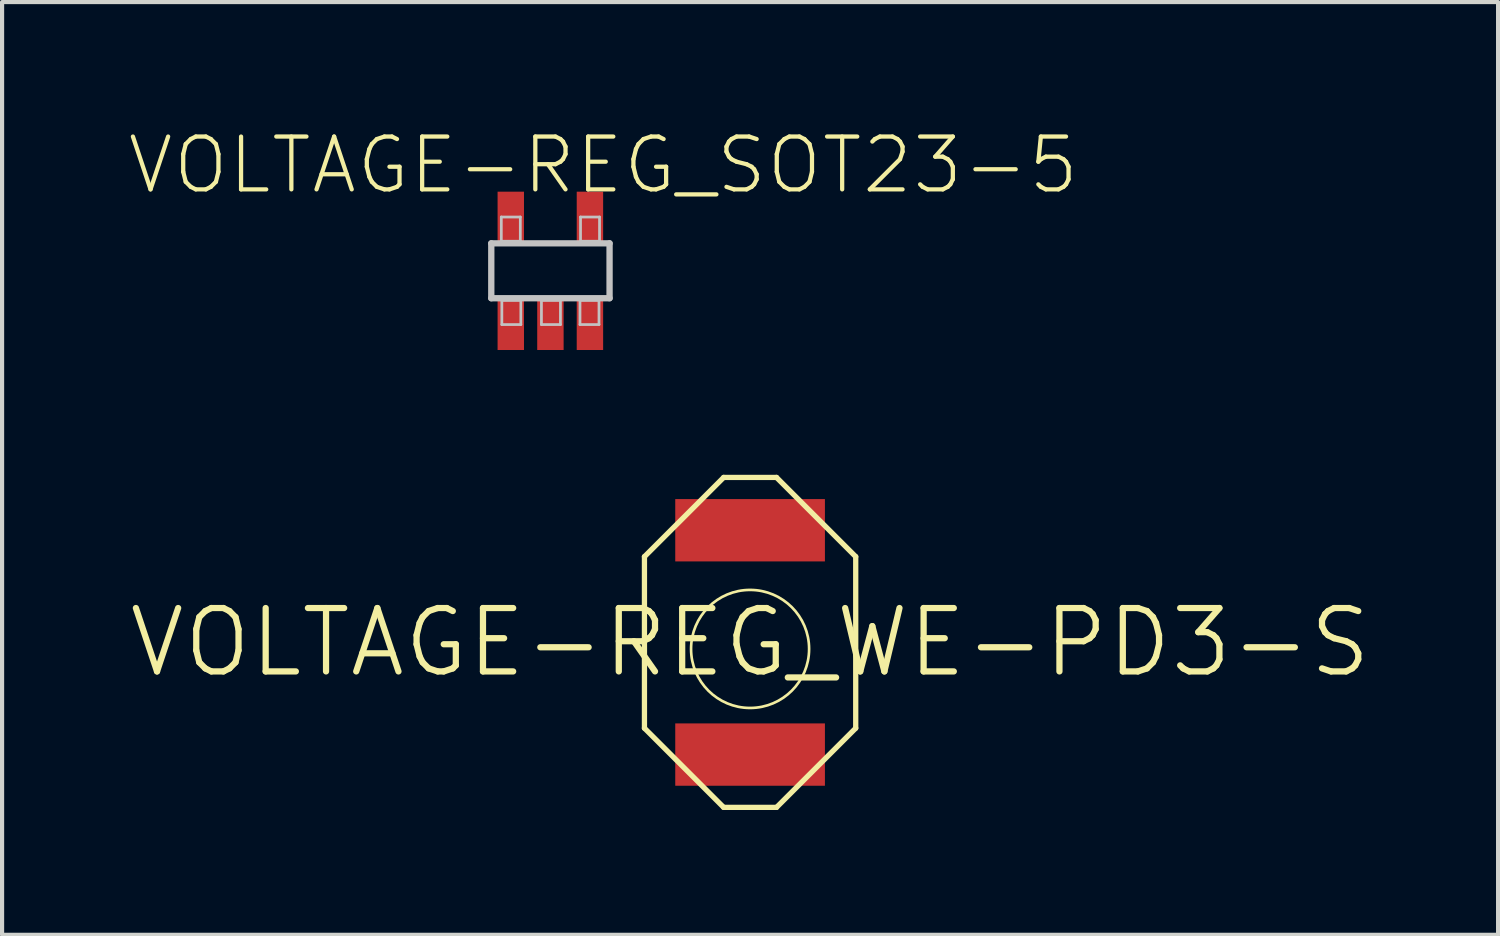
<source format=kicad_pcb>
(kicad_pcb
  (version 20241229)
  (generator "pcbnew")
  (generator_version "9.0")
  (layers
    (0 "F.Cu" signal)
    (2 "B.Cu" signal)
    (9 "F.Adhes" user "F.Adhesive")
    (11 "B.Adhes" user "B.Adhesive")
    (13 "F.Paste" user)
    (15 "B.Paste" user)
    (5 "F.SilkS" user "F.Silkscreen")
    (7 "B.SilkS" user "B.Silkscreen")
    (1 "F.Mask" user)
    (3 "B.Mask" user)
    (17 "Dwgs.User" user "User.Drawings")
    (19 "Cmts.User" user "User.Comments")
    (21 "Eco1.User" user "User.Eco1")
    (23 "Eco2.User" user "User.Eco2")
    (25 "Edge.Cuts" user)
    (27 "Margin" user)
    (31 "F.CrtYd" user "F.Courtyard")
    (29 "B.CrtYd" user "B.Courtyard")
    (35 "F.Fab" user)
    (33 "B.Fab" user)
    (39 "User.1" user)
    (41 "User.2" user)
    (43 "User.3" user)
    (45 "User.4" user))
  (footprint "VOLTAGE-REG_WE-PD3-S"
    (layer "F.Cu")
    (at 14.986 12.397)
    (property "Reference" "VOLTAGE-REG_WE-PD3-S" (at 0 0 0) (layer "F.SilkS") (effects (font (size 1.524 1.524) (thickness 0.15))))
    (attr smd)
    (fp_line (start -2.54 -2.062) (end -2.54 2.062) (stroke (width 0.127) (type solid)) (layer "F.SilkS"))
    (fp_line (start -2.54 2.062) (end -0.635 3.967) (stroke (width 0.127) (type solid)) (layer "F.SilkS"))
    (fp_line (start -0.635 -3.967) (end -2.54 -2.062) (stroke (width 0.127) (type solid)) (layer "F.SilkS"))
    (fp_line (start -0.635 3.967) (end 0.635 3.967) (stroke (width 0.127) (type solid)) (layer "F.SilkS"))
    (fp_line (start 0.635 -3.967) (end -0.635 -3.967) (stroke (width 0.127) (type solid)) (layer "F.SilkS"))
    (fp_line (start 0.635 3.967) (end 2.54 2.062) (stroke (width 0.127) (type solid)) (layer "F.SilkS"))
    (fp_line (start 2.54 -2.062) (end 0.635 -3.967) (stroke (width 0.127) (type solid)) (layer "F.SilkS"))
    (fp_line (start 2.54 2.062) (end 2.54 -2.062) (stroke (width 0.127) (type solid)) (layer "F.SilkS"))
    (fp_circle (center 0 0.157) (end -1.003 1.161) (stroke (width 0.064) (type solid)) (fill no) (layer "F.SilkS"))
    (pad "1" smd rect (at 0 2.697) (size 3.599 1.499) (layers "F.Cu" "F.Mask" "F.Paste"))
    (pad "2" smd rect (at 0 -2.697) (size 3.599 1.499) (layers "F.Cu" "F.Mask" "F.Paste")))
  (footprint "VOLTAGE-REG_SOT23-5"
    (layer "F.Cu")
    (at 10.185 3.461)
    (property "Reference" "VOLTAGE-REG_SOT23-5" (at 1.27 -2.54 0) (layer "F.SilkS") (effects (font (size 1.27 1.27) (thickness 0.102))))
    (attr smd)
    (fp_line (start -1.422 -0.66) (end 1.422 -0.66) (stroke (width 0.152) (type solid)) (layer "Dwgs.User"))
    (fp_line (start -1.422 0.66) (end -1.422 -0.66) (stroke (width 0.152) (type solid)) (layer "Dwgs.User"))
    (fp_line (start -1.181 -1.293) (end -0.724 -1.293) (stroke (width 0.066) (type solid)) (layer "Dwgs.User"))
    (fp_line (start -1.181 -0.711) (end -1.181 -1.293) (stroke (width 0.066) (type solid)) (layer "Dwgs.User"))
    (fp_line (start -1.181 -0.711) (end -0.724 -0.711) (stroke (width 0.066) (type solid)) (layer "Dwgs.User"))
    (fp_line (start -1.168 0.711) (end -0.711 0.711) (stroke (width 0.066) (type solid)) (layer "Dwgs.User"))
    (fp_line (start -1.168 1.293) (end -1.168 0.711) (stroke (width 0.066) (type solid)) (layer "Dwgs.User"))
    (fp_line (start -1.168 1.293) (end -0.711 1.293) (stroke (width 0.066) (type solid)) (layer "Dwgs.User"))
    (fp_line (start -0.724 -0.711) (end -0.724 -1.293) (stroke (width 0.066) (type solid)) (layer "Dwgs.User"))
    (fp_line (start -0.711 1.293) (end -0.711 0.711) (stroke (width 0.066) (type solid)) (layer "Dwgs.User"))
    (fp_line (start -0.216 0.711) (end 0.241 0.711) (stroke (width 0.066) (type solid)) (layer "Dwgs.User"))
    (fp_line (start -0.216 1.293) (end -0.216 0.711) (stroke (width 0.066) (type solid)) (layer "Dwgs.User"))
    (fp_line (start -0.216 1.293) (end 0.241 1.293) (stroke (width 0.066) (type solid)) (layer "Dwgs.User"))
    (fp_line (start 0.241 1.293) (end 0.241 0.711) (stroke (width 0.066) (type solid)) (layer "Dwgs.User"))
    (fp_line (start 0.711 0.711) (end 1.168 0.711) (stroke (width 0.066) (type solid)) (layer "Dwgs.User"))
    (fp_line (start 0.711 1.293) (end 0.711 0.711) (stroke (width 0.066) (type solid)) (layer "Dwgs.User"))
    (fp_line (start 0.711 1.293) (end 1.168 1.293) (stroke (width 0.066) (type solid)) (layer "Dwgs.User"))
    (fp_line (start 0.724 -1.293) (end 1.181 -1.293) (stroke (width 0.066) (type solid)) (layer "Dwgs.User"))
    (fp_line (start 0.724 -0.711) (end 0.724 -1.293) (stroke (width 0.066) (type solid)) (layer "Dwgs.User"))
    (fp_line (start 0.724 -0.711) (end 1.181 -0.711) (stroke (width 0.066) (type solid)) (layer "Dwgs.User"))
    (fp_line (start 1.168 1.293) (end 1.168 0.711) (stroke (width 0.066) (type solid)) (layer "Dwgs.User"))
    (fp_line (start 1.181 -0.711) (end 1.181 -1.293) (stroke (width 0.066) (type solid)) (layer "Dwgs.User"))
    (fp_line (start 1.422 -0.66) (end 1.422 0.66) (stroke (width 0.152) (type solid)) (layer "Dwgs.User"))
    (fp_line (start 1.422 0.66) (end -1.422 0.66) (stroke (width 0.152) (type solid)) (layer "Dwgs.User"))
    (pad "1" smd rect (at -0.953 1.27 90) (size 1.27 0.635) (layers "F.Cu" "F.Mask" "F.Paste"))
    (pad "2" smd rect (at 0 1.27 90) (size 1.27 0.635) (layers "F.Cu" "F.Mask" "F.Paste"))
    (pad "3" smd rect (at 0.95 1.27 90) (size 1.27 0.635) (layers "F.Cu" "F.Mask" "F.Paste"))
    (pad "4" smd rect (at 0.95 -1.267 90) (size 1.27 0.635) (layers "F.Cu" "F.Mask" "F.Paste"))
    (pad "5" smd rect (at -0.953 -1.267 90) (size 1.27 0.635) (layers "F.Cu" "F.Mask" "F.Paste")))
  (gr_rect
    (start -3 -3)
    (end 32.972 19.428)
    (stroke (width 0.1) (type default))
    (fill no)
    (layer "Edge.Cuts")))
</source>
